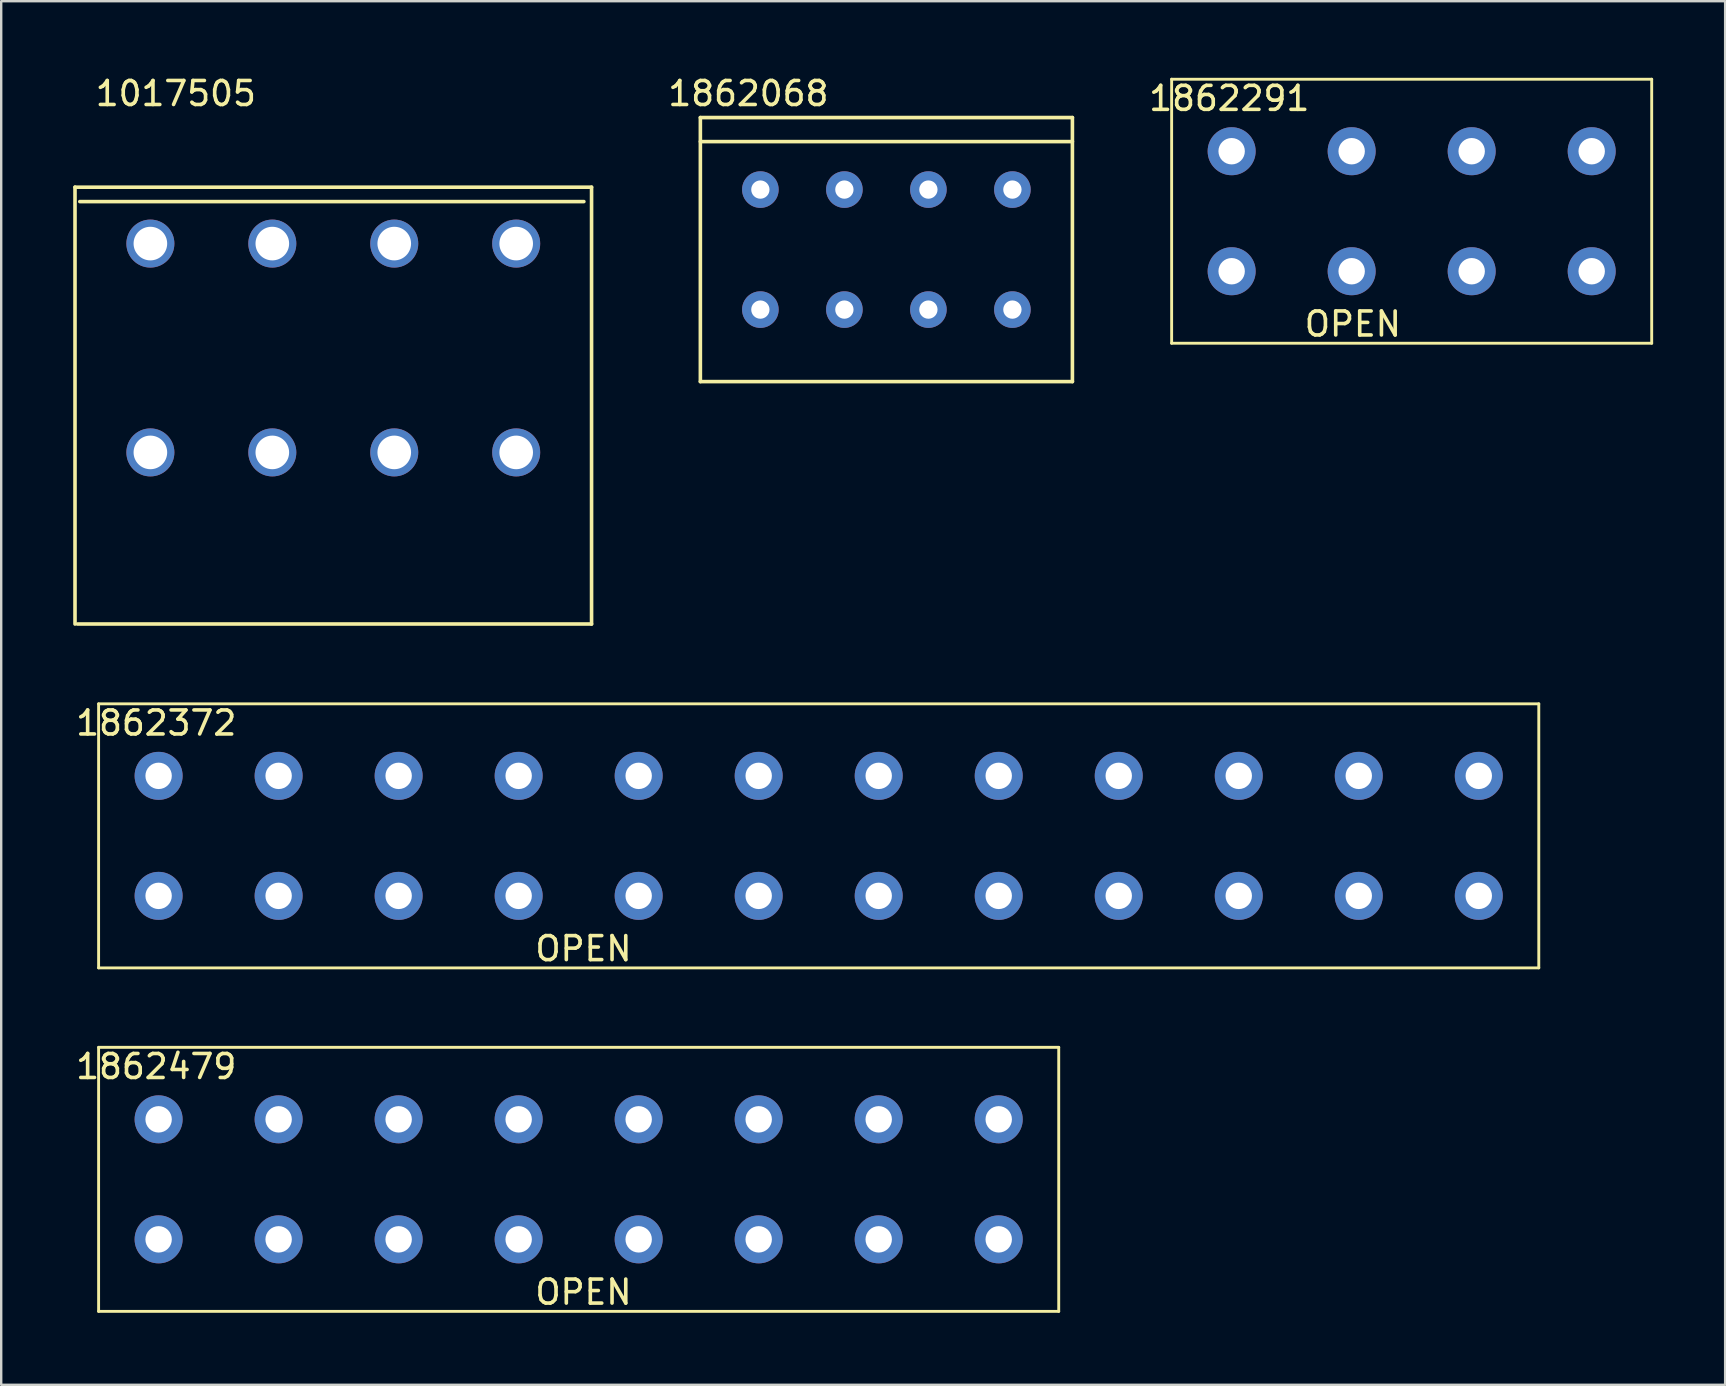
<source format=kicad_pcb>
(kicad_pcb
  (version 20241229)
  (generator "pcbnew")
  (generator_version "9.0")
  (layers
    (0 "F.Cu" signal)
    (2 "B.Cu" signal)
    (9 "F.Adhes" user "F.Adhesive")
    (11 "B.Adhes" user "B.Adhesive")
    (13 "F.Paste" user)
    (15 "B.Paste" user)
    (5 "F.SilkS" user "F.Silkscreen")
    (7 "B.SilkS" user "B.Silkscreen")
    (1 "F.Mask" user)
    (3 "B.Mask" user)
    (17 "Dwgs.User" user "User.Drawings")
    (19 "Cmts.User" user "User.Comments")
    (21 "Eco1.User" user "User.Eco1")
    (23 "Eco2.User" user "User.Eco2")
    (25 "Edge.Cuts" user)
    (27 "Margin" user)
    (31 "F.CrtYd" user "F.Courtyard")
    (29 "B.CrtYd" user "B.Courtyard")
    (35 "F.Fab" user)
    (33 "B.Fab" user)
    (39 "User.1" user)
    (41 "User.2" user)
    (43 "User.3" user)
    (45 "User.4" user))
  (footprint "1862068"
    (layer "F.Cu")
    (at 28.628 9.848)
    (property "Reference" "1862068" (at -0.5 -9 0) (layer "F.SilkS") (effects (font (size 1 1) (thickness 0.15))))
    (attr through_hole)
    (fp_line (start -2.5 -8) (end -2.5 3) (stroke (width 0.15) (type solid)) (layer "F.SilkS"))
    (fp_line (start -2.5 -7) (end 13 -7) (stroke (width 0.15) (type solid)) (layer "F.SilkS"))
    (fp_line (start -2.5 3) (end 13 3) (stroke (width 0.15) (type solid)) (layer "F.SilkS"))
    (fp_line (start 13 -8) (end -2.5 -8) (stroke (width 0.15) (type solid)) (layer "F.SilkS"))
    (fp_line (start 13 3) (end 13 -8) (stroke (width 0.15) (type solid)) (layer "F.SilkS"))
    (pad "1" thru_hole circle (at 0 -5) (size 1.524 1.524) (drill 0.762) (layers "*.Cu" "*.Mask"))
    (pad "1" thru_hole circle (at 0 0) (size 1.524 1.524) (drill 0.762) (layers "*.Cu" "*.Mask"))
    (pad "2" thru_hole circle (at 3.5 -5) (size 1.524 1.524) (drill 0.762) (layers "*.Cu" "*.Mask"))
    (pad "2" thru_hole circle (at 3.5 0) (size 1.524 1.524) (drill 0.762) (layers "*.Cu" "*.Mask"))
    (pad "3" thru_hole circle (at 7 -5) (size 1.524 1.524) (drill 0.762) (layers "*.Cu" "*.Mask"))
    (pad "3" thru_hole circle (at 7 0) (size 1.524 1.524) (drill 0.762) (layers "*.Cu" "*.Mask"))
    (pad "4" thru_hole circle (at 10.5 -5) (size 1.524 1.524) (drill 0.762) (layers "*.Cu" "*.Mask"))
    (pad "4" thru_hole circle (at 10.5 0) (size 1.524 1.524) (drill 0.762) (layers "*.Cu" "*.Mask")))
  (footprint "1862479"
    (layer "F.Cu")
    (at 1.058 40.583)
    (property "Reference" "1862479" (at 2.4 0.8 0) (layer "F.SilkS") (effects (font (size 1 1) (thickness 0.15))))
    (attr through_hole)
    (fp_line (start 0 0) (end 0 11) (stroke (width 0.12) (type solid)) (layer "F.SilkS"))
    (fp_line (start 0 0) (end 40 0) (stroke (width 0.12) (type solid)) (layer "F.SilkS"))
    (fp_line (start 40 0) (end 40 11) (stroke (width 0.12) (type solid)) (layer "F.SilkS"))
    (fp_line (start 40 11) (end 0 11) (stroke (width 0.12) (type solid)) (layer "F.SilkS"))
    (fp_text user "OPEN" (at 20.2 10.2 0) (layer "F.SilkS") (effects (font (size 1 1) (thickness 0.15))))
    (pad "1" thru_hole circle (at 2.5 3) (size 2 2) (drill 1.1) (layers "*.Cu" "*.Mask"))
    (pad "1" thru_hole circle (at 2.5 8) (size 2 2) (drill 1.1) (layers "*.Cu" "*.Mask"))
    (pad "2" thru_hole circle (at 7.5 3) (size 2 2) (drill 1.1) (layers "*.Cu" "*.Mask"))
    (pad "2" thru_hole circle (at 7.5 8) (size 2 2) (drill 1.1) (layers "*.Cu" "*.Mask"))
    (pad "3" thru_hole circle (at 12.5 3) (size 2 2) (drill 1.1) (layers "*.Cu" "*.Mask"))
    (pad "3" thru_hole circle (at 12.5 8) (size 2 2) (drill 1.1) (layers "*.Cu" "*.Mask"))
    (pad "4" thru_hole circle (at 17.5 3) (size 2 2) (drill 1.1) (layers "*.Cu" "*.Mask"))
    (pad "4" thru_hole circle (at 17.5 8) (size 2 2) (drill 1.1) (layers "*.Cu" "*.Mask"))
    (pad "5" thru_hole circle (at 22.5 3) (size 2 2) (drill 1.1) (layers "*.Cu" "*.Mask"))
    (pad "5" thru_hole circle (at 22.5 8) (size 2 2) (drill 1.1) (layers "*.Cu" "*.Mask"))
    (pad "6" thru_hole circle (at 27.5 3) (size 2 2) (drill 1.1) (layers "*.Cu" "*.Mask"))
    (pad "6" thru_hole circle (at 27.5 8) (size 2 2) (drill 1.1) (layers "*.Cu" "*.Mask"))
    (pad "7" thru_hole circle (at 32.5 3) (size 2 2) (drill 1.1) (layers "*.Cu" "*.Mask"))
    (pad "7" thru_hole circle (at 32.5 8) (size 2 2) (drill 1.1) (layers "*.Cu" "*.Mask"))
    (pad "8" thru_hole circle (at 37.5 3) (size 2 2) (drill 1.1) (layers "*.Cu" "*.Mask"))
    (pad "8" thru_hole circle (at 37.5 8) (size 2 2) (drill 1.1) (layers "*.Cu" "*.Mask")))
  (footprint "1862372"
    (layer "F.Cu")
    (at 1.058 26.273)
    (property "Reference" "1862372" (at 2.4 0.8 0) (layer "F.SilkS") (effects (font (size 1 1) (thickness 0.15))))
    (attr through_hole)
    (fp_line (start 0 0) (end 0 11) (stroke (width 0.12) (type solid)) (layer "F.SilkS"))
    (fp_line (start 0 0) (end 60 0) (stroke (width 0.12) (type solid)) (layer "F.SilkS"))
    (fp_line (start 60 0) (end 60 11) (stroke (width 0.12) (type solid)) (layer "F.SilkS"))
    (fp_line (start 60 11) (end 0 11) (stroke (width 0.12) (type solid)) (layer "F.SilkS"))
    (fp_text user "OPEN" (at 20.2 10.2 0) (layer "F.SilkS") (effects (font (size 1 1) (thickness 0.15))))
    (pad "1" thru_hole circle (at 2.5 3) (size 2 2) (drill 1.1) (layers "*.Cu" "*.Mask"))
    (pad "1" thru_hole circle (at 2.5 8) (size 2 2) (drill 1.1) (layers "*.Cu" "*.Mask"))
    (pad "2" thru_hole circle (at 7.5 3) (size 2 2) (drill 1.1) (layers "*.Cu" "*.Mask"))
    (pad "2" thru_hole circle (at 7.5 8) (size 2 2) (drill 1.1) (layers "*.Cu" "*.Mask"))
    (pad "3" thru_hole circle (at 12.5 3) (size 2 2) (drill 1.1) (layers "*.Cu" "*.Mask"))
    (pad "3" thru_hole circle (at 12.5 8) (size 2 2) (drill 1.1) (layers "*.Cu" "*.Mask"))
    (pad "4" thru_hole circle (at 17.5 3) (size 2 2) (drill 1.1) (layers "*.Cu" "*.Mask"))
    (pad "4" thru_hole circle (at 17.5 8) (size 2 2) (drill 1.1) (layers "*.Cu" "*.Mask"))
    (pad "5" thru_hole circle (at 22.5 3) (size 2 2) (drill 1.1) (layers "*.Cu" "*.Mask"))
    (pad "5" thru_hole circle (at 22.5 8) (size 2 2) (drill 1.1) (layers "*.Cu" "*.Mask"))
    (pad "6" thru_hole circle (at 27.5 3) (size 2 2) (drill 1.1) (layers "*.Cu" "*.Mask"))
    (pad "6" thru_hole circle (at 27.5 8) (size 2 2) (drill 1.1) (layers "*.Cu" "*.Mask"))
    (pad "7" thru_hole circle (at 32.5 3) (size 2 2) (drill 1.1) (layers "*.Cu" "*.Mask"))
    (pad "7" thru_hole circle (at 32.5 8) (size 2 2) (drill 1.1) (layers "*.Cu" "*.Mask"))
    (pad "8" thru_hole circle (at 37.5 3) (size 2 2) (drill 1.1) (layers "*.Cu" "*.Mask"))
    (pad "8" thru_hole circle (at 37.5 8) (size 2 2) (drill 1.1) (layers "*.Cu" "*.Mask"))
    (pad "9" thru_hole circle (at 42.5 3) (size 2 2) (drill 1.1) (layers "*.Cu" "*.Mask"))
    (pad "9" thru_hole circle (at 42.5 8) (size 2 2) (drill 1.1) (layers "*.Cu" "*.Mask"))
    (pad "10" thru_hole circle (at 47.5 3) (size 2 2) (drill 1.1) (layers "*.Cu" "*.Mask"))
    (pad "10" thru_hole circle (at 47.5 8) (size 2 2) (drill 1.1) (layers "*.Cu" "*.Mask"))
    (pad "11" thru_hole circle (at 52.5 3) (size 2 2) (drill 1.1) (layers "*.Cu" "*.Mask"))
    (pad "11" thru_hole circle (at 52.5 8) (size 2 2) (drill 1.1) (layers "*.Cu" "*.Mask"))
    (pad "12" thru_hole circle (at 57.5 3) (size 2 2) (drill 1.1) (layers "*.Cu" "*.Mask"))
    (pad "12" thru_hole circle (at 57.5 8) (size 2 2) (drill 1.1) (layers "*.Cu" "*.Mask")))
  (footprint "1017505"
    (layer "F.Cu")
    (at 0.275 4.848)
    (property "Reference" "1017505" (at 4 -4 0) (layer "F.SilkS") (effects (font (size 1 1) (thickness 0.15))))
    (attr through_hole)
    (fp_line (start -0.2 -0.1) (end 21.32 -0.1) (stroke (width 0.15) (type solid)) (layer "F.SilkS"))
    (fp_line (start -0.2 18.1) (end -0.2 -0.1) (stroke (width 0.15) (type solid)) (layer "F.SilkS"))
    (fp_line (start -0.1 18.1) (end 21.32 18.1) (stroke (width 0.15) (type solid)) (layer "F.SilkS"))
    (fp_line (start 0 0.5) (end 21 0.5) (stroke (width 0.15) (type solid)) (layer "F.SilkS"))
    (fp_line (start 21.32 -0.1) (end 21.32 18.1) (stroke (width 0.15) (type solid)) (layer "F.SilkS"))
    (pad "1" thru_hole circle (at 2.94 2.25) (size 2 2) (drill 1.4) (layers "*.Cu" "*.Mask"))
    (pad "1" thru_hole circle (at 2.94 10.95) (size 2 2) (drill 1.4) (layers "*.Cu" "*.Mask"))
    (pad "2" thru_hole circle (at 8.02 2.25) (size 2 2) (drill 1.4) (layers "*.Cu" "*.Mask"))
    (pad "2" thru_hole circle (at 8.02 10.95) (size 2 2) (drill 1.4) (layers "*.Cu" "*.Mask"))
    (pad "3" thru_hole circle (at 13.1 2.25) (size 2 2) (drill 1.4) (layers "*.Cu" "*.Mask"))
    (pad "3" thru_hole circle (at 13.1 10.95) (size 2 2) (drill 1.4) (layers "*.Cu" "*.Mask"))
    (pad "4" thru_hole circle (at 18.18 2.25) (size 2 2) (drill 1.4) (layers "*.Cu" "*.Mask"))
    (pad "4" thru_hole circle (at 18.18 10.95) (size 2 2) (drill 1.4) (layers "*.Cu" "*.Mask")))
  (footprint "1862291"
    (layer "F.Cu")
    (at 45.762 0.25)
    (property "Reference" "1862291" (at 2.4 0.8 0) (layer "F.SilkS") (effects (font (size 1 1) (thickness 0.15))))
    (attr through_hole)
    (fp_line (start 0 0) (end 0 11) (stroke (width 0.12) (type solid)) (layer "F.SilkS"))
    (fp_line (start 0 0) (end 20 0) (stroke (width 0.12) (type solid)) (layer "F.SilkS"))
    (fp_line (start 20 0) (end 20 11) (stroke (width 0.12) (type solid)) (layer "F.SilkS"))
    (fp_line (start 20 11) (end 0 11) (stroke (width 0.12) (type solid)) (layer "F.SilkS"))
    (fp_text user "OPEN" (at 7.55 10.2 0) (layer "F.SilkS") (effects (font (size 1 1) (thickness 0.15))))
    (pad "1" thru_hole circle (at 2.5 3) (size 2 2) (drill 1.1) (layers "*.Cu" "*.Mask"))
    (pad "1" thru_hole circle (at 2.5 8) (size 2 2) (drill 1.1) (layers "*.Cu" "*.Mask"))
    (pad "2" thru_hole circle (at 7.5 3) (size 2 2) (drill 1.1) (layers "*.Cu" "*.Mask"))
    (pad "2" thru_hole circle (at 7.5 8) (size 2 2) (drill 1.1) (layers "*.Cu" "*.Mask"))
    (pad "3" thru_hole circle (at 12.5 3) (size 2 2) (drill 1.1) (layers "*.Cu" "*.Mask"))
    (pad "3" thru_hole circle (at 12.5 8) (size 2 2) (drill 1.1) (layers "*.Cu" "*.Mask"))
    (pad "4" thru_hole circle (at 17.5 3) (size 2 2) (drill 1.1) (layers "*.Cu" "*.Mask"))
    (pad "4" thru_hole circle (at 17.5 8) (size 2 2) (drill 1.1) (layers "*.Cu" "*.Mask")))
  (gr_rect
    (start -3 -3)
    (end 68.822 54.643)
    (stroke (width 0.1) (type default))
    (fill no)
    (layer "Edge.Cuts")))
</source>
